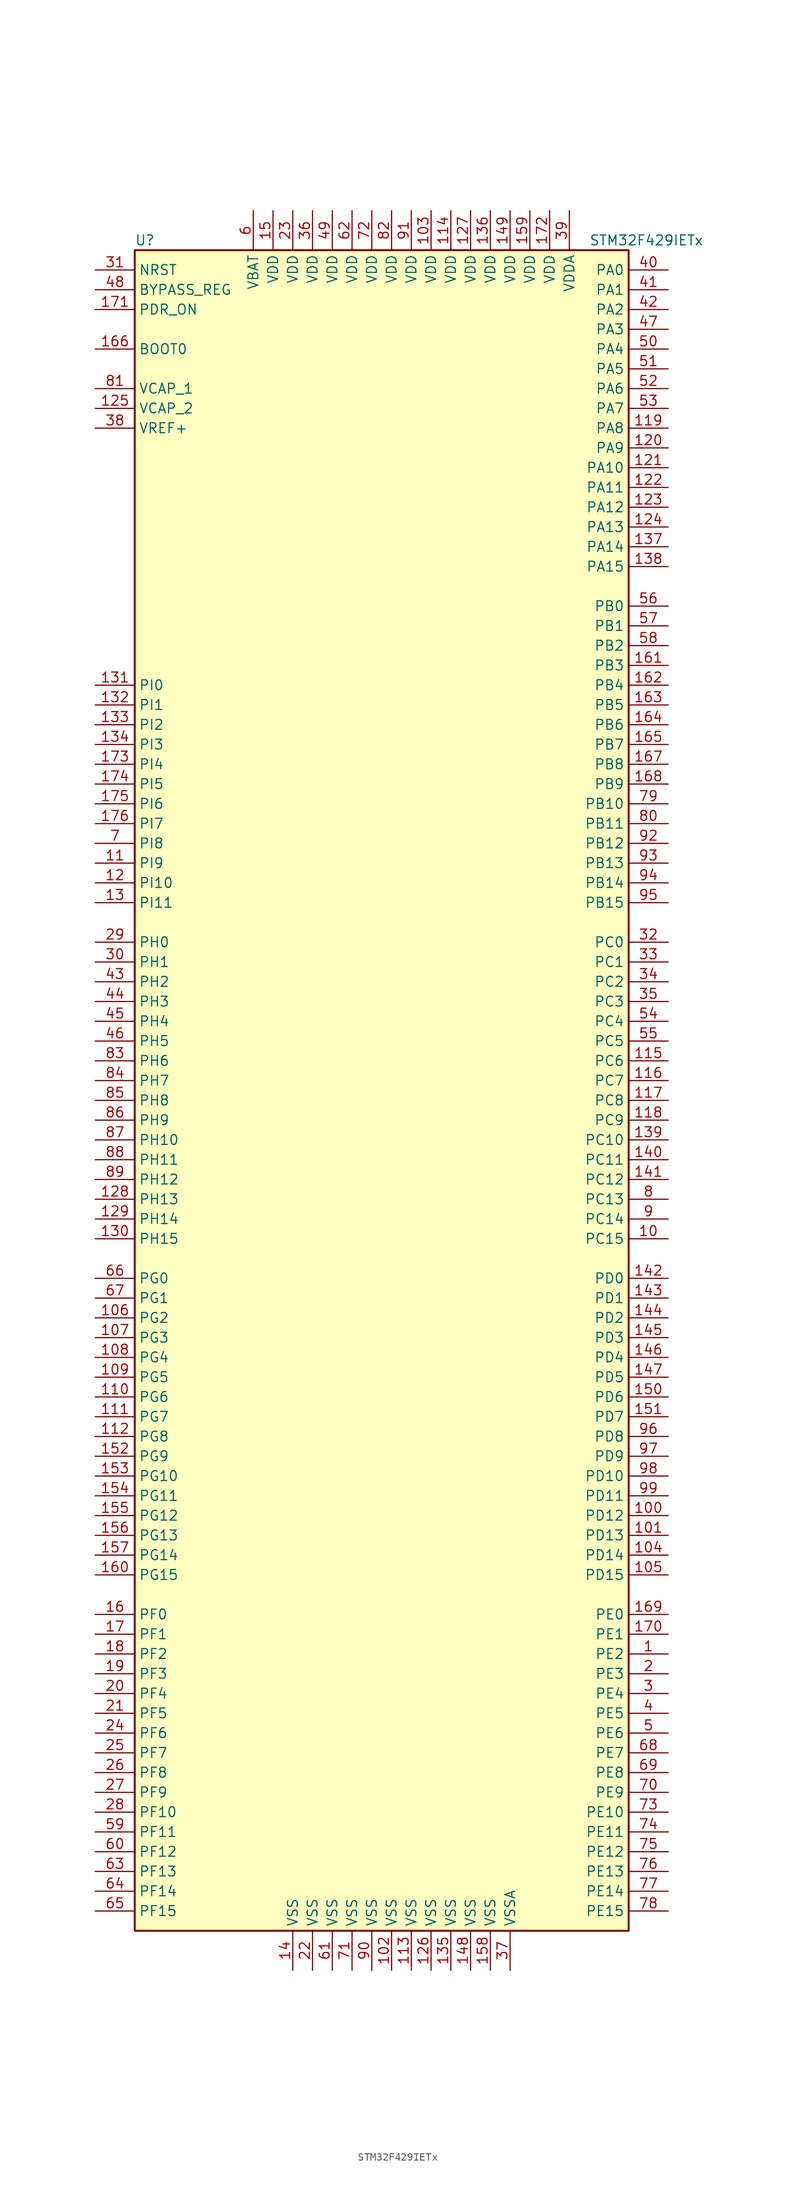
<source format=kicad_sym>
(kicad_symbol_lib
  (version 20220914)
  (generator kicad_symbol_editor)
  (symbol "STM32F429IETx"
    (property "Reference" "U"
      (at -33.02 107.95 0)
      (effects (font (size 1.27 1.27)) (justify left)))
    (property "Value" "STM32F429IETx"
      (at 25.4 107.95 0)
      (effects (font (size 1.27 1.27)) (justify left)))
    (symbol "STM32F429IETx_0_1"
      (rectangle (start -33.02 -109.22) (end 30.48 106.68) (stroke (width 0.254) (type default)) (fill (type background))))
    (symbol "STM32F429IETx_1_1"
      (pin bidirectional line (at 35.56 -73.66 180) (length 5.08) (name "PE2" (effects (font (size 1.27 1.27)))) (number "1" (effects (font (size 1.27 1.27)))))
      (pin bidirectional line (at 35.56 -20.32 180) (length 5.08) (name "PC15" (effects (font (size 1.27 1.27)))) (number "10" (effects (font (size 1.27 1.27)))))
      (pin bidirectional line (at 35.56 -55.88 180) (length 5.08) (name "PD12" (effects (font (size 1.27 1.27)))) (number "100" (effects (font (size 1.27 1.27)))))
      (pin bidirectional line (at 35.56 -58.42 180) (length 5.08) (name "PD13" (effects (font (size 1.27 1.27)))) (number "101" (effects (font (size 1.27 1.27)))))
      (pin power_in line (at 0 -114.3 90) (length 5.08) (name "VSS" (effects (font (size 1.27 1.27)))) (number "102" (effects (font (size 1.27 1.27)))))
      (pin power_in line (at 5.08 111.76 270) (length 5.08) (name "VDD" (effects (font (size 1.27 1.27)))) (number "103" (effects (font (size 1.27 1.27)))))
      (pin bidirectional line (at 35.56 -60.96 180) (length 5.08) (name "PD14" (effects (font (size 1.27 1.27)))) (number "104" (effects (font (size 1.27 1.27)))))
      (pin bidirectional line (at 35.56 -63.5 180) (length 5.08) (name "PD15" (effects (font (size 1.27 1.27)))) (number "105" (effects (font (size 1.27 1.27)))))
      (pin bidirectional line (at -38.1 -30.48 0) (length 5.08) (name "PG2" (effects (font (size 1.27 1.27)))) (number "106" (effects (font (size 1.27 1.27)))))
      (pin bidirectional line (at -38.1 -33.02 0) (length 5.08) (name "PG3" (effects (font (size 1.27 1.27)))) (number "107" (effects (font (size 1.27 1.27)))))
      (pin bidirectional line (at -38.1 -35.56 0) (length 5.08) (name "PG4" (effects (font (size 1.27 1.27)))) (number "108" (effects (font (size 1.27 1.27)))))
      (pin bidirectional line (at -38.1 -38.1 0) (length 5.08) (name "PG5" (effects (font (size 1.27 1.27)))) (number "109" (effects (font (size 1.27 1.27)))))
      (pin bidirectional line (at -38.1 27.94 0) (length 5.08) (name "PI9" (effects (font (size 1.27 1.27)))) (number "11" (effects (font (size 1.27 1.27)))))
      (pin bidirectional line (at -38.1 -40.64 0) (length 5.08) (name "PG6" (effects (font (size 1.27 1.27)))) (number "110" (effects (font (size 1.27 1.27)))))
      (pin bidirectional line (at -38.1 -43.18 0) (length 5.08) (name "PG7" (effects (font (size 1.27 1.27)))) (number "111" (effects (font (size 1.27 1.27)))))
      (pin bidirectional line (at -38.1 -45.72 0) (length 5.08) (name "PG8" (effects (font (size 1.27 1.27)))) (number "112" (effects (font (size 1.27 1.27)))))
      (pin power_in line (at 2.54 -114.3 90) (length 5.08) (name "VSS" (effects (font (size 1.27 1.27)))) (number "113" (effects (font (size 1.27 1.27)))))
      (pin power_in line (at 7.62 111.76 270) (length 5.08) (name "VDD" (effects (font (size 1.27 1.27)))) (number "114" (effects (font (size 1.27 1.27)))))
      (pin bidirectional line (at 35.56 2.54 180) (length 5.08) (name "PC6" (effects (font (size 1.27 1.27)))) (number "115" (effects (font (size 1.27 1.27)))))
      (pin bidirectional line (at 35.56 0 180) (length 5.08) (name "PC7" (effects (font (size 1.27 1.27)))) (number "116" (effects (font (size 1.27 1.27)))))
      (pin bidirectional line (at 35.56 -2.54 180) (length 5.08) (name "PC8" (effects (font (size 1.27 1.27)))) (number "117" (effects (font (size 1.27 1.27)))))
      (pin bidirectional line (at 35.56 -5.08 180) (length 5.08) (name "PC9" (effects (font (size 1.27 1.27)))) (number "118" (effects (font (size 1.27 1.27)))))
      (pin bidirectional line (at 35.56 83.82 180) (length 5.08) (name "PA8" (effects (font (size 1.27 1.27)))) (number "119" (effects (font (size 1.27 1.27)))))
      (pin bidirectional line (at -38.1 25.4 0) (length 5.08) (name "PI10" (effects (font (size 1.27 1.27)))) (number "12" (effects (font (size 1.27 1.27)))))
      (pin bidirectional line (at 35.56 81.28 180) (length 5.08) (name "PA9" (effects (font (size 1.27 1.27)))) (number "120" (effects (font (size 1.27 1.27)))))
      (pin bidirectional line (at 35.56 78.74 180) (length 5.08) (name "PA10" (effects (font (size 1.27 1.27)))) (number "121" (effects (font (size 1.27 1.27)))))
      (pin bidirectional line (at 35.56 76.2 180) (length 5.08) (name "PA11" (effects (font (size 1.27 1.27)))) (number "122" (effects (font (size 1.27 1.27)))))
      (pin bidirectional line (at 35.56 73.66 180) (length 5.08) (name "PA12" (effects (font (size 1.27 1.27)))) (number "123" (effects (font (size 1.27 1.27)))))
      (pin bidirectional line (at 35.56 71.12 180) (length 5.08) (name "PA13" (effects (font (size 1.27 1.27)))) (number "124" (effects (font (size 1.27 1.27)))))
      (pin power_in line (at -38.1 86.36 0) (length 5.08) (name "VCAP_2" (effects (font (size 1.27 1.27)))) (number "125" (effects (font (size 1.27 1.27)))))
      (pin power_in line (at 5.08 -114.3 90) (length 5.08) (name "VSS" (effects (font (size 1.27 1.27)))) (number "126" (effects (font (size 1.27 1.27)))))
      (pin power_in line (at 10.16 111.76 270) (length 5.08) (name "VDD" (effects (font (size 1.27 1.27)))) (number "127" (effects (font (size 1.27 1.27)))))
      (pin bidirectional line (at -38.1 -15.24 0) (length 5.08) (name "PH13" (effects (font (size 1.27 1.27)))) (number "128" (effects (font (size 1.27 1.27)))))
      (pin bidirectional line (at -38.1 -17.78 0) (length 5.08) (name "PH14" (effects (font (size 1.27 1.27)))) (number "129" (effects (font (size 1.27 1.27)))))
      (pin bidirectional line (at -38.1 22.86 0) (length 5.08) (name "PI11" (effects (font (size 1.27 1.27)))) (number "13" (effects (font (size 1.27 1.27)))))
      (pin bidirectional line (at -38.1 -20.32 0) (length 5.08) (name "PH15" (effects (font (size 1.27 1.27)))) (number "130" (effects (font (size 1.27 1.27)))))
      (pin bidirectional line (at -38.1 50.8 0) (length 5.08) (name "PI0" (effects (font (size 1.27 1.27)))) (number "131" (effects (font (size 1.27 1.27)))))
      (pin bidirectional line (at -38.1 48.26 0) (length 5.08) (name "PI1" (effects (font (size 1.27 1.27)))) (number "132" (effects (font (size 1.27 1.27)))))
      (pin bidirectional line (at -38.1 45.72 0) (length 5.08) (name "PI2" (effects (font (size 1.27 1.27)))) (number "133" (effects (font (size 1.27 1.27)))))
      (pin bidirectional line (at -38.1 43.18 0) (length 5.08) (name "PI3" (effects (font (size 1.27 1.27)))) (number "134" (effects (font (size 1.27 1.27)))))
      (pin power_in line (at 7.62 -114.3 90) (length 5.08) (name "VSS" (effects (font (size 1.27 1.27)))) (number "135" (effects (font (size 1.27 1.27)))))
      (pin power_in line (at 12.7 111.76 270) (length 5.08) (name "VDD" (effects (font (size 1.27 1.27)))) (number "136" (effects (font (size 1.27 1.27)))))
      (pin bidirectional line (at 35.56 68.58 180) (length 5.08) (name "PA14" (effects (font (size 1.27 1.27)))) (number "137" (effects (font (size 1.27 1.27)))))
      (pin bidirectional line (at 35.56 66.04 180) (length 5.08) (name "PA15" (effects (font (size 1.27 1.27)))) (number "138" (effects (font (size 1.27 1.27)))))
      (pin bidirectional line (at 35.56 -7.62 180) (length 5.08) (name "PC10" (effects (font (size 1.27 1.27)))) (number "139" (effects (font (size 1.27 1.27)))))
      (pin power_in line (at -12.7 -114.3 90) (length 5.08) (name "VSS" (effects (font (size 1.27 1.27)))) (number "14" (effects (font (size 1.27 1.27)))))
      (pin bidirectional line (at 35.56 -10.16 180) (length 5.08) (name "PC11" (effects (font (size 1.27 1.27)))) (number "140" (effects (font (size 1.27 1.27)))))
      (pin bidirectional line (at 35.56 -12.7 180) (length 5.08) (name "PC12" (effects (font (size 1.27 1.27)))) (number "141" (effects (font (size 1.27 1.27)))))
      (pin bidirectional line (at 35.56 -25.4 180) (length 5.08) (name "PD0" (effects (font (size 1.27 1.27)))) (number "142" (effects (font (size 1.27 1.27)))))
      (pin bidirectional line (at 35.56 -27.94 180) (length 5.08) (name "PD1" (effects (font (size 1.27 1.27)))) (number "143" (effects (font (size 1.27 1.27)))))
      (pin bidirectional line (at 35.56 -30.48 180) (length 5.08) (name "PD2" (effects (font (size 1.27 1.27)))) (number "144" (effects (font (size 1.27 1.27)))))
      (pin bidirectional line (at 35.56 -33.02 180) (length 5.08) (name "PD3" (effects (font (size 1.27 1.27)))) (number "145" (effects (font (size 1.27 1.27)))))
      (pin bidirectional line (at 35.56 -35.56 180) (length 5.08) (name "PD4" (effects (font (size 1.27 1.27)))) (number "146" (effects (font (size 1.27 1.27)))))
      (pin bidirectional line (at 35.56 -38.1 180) (length 5.08) (name "PD5" (effects (font (size 1.27 1.27)))) (number "147" (effects (font (size 1.27 1.27)))))
      (pin power_in line (at 10.16 -114.3 90) (length 5.08) (name "VSS" (effects (font (size 1.27 1.27)))) (number "148" (effects (font (size 1.27 1.27)))))
      (pin power_in line (at 15.24 111.76 270) (length 5.08) (name "VDD" (effects (font (size 1.27 1.27)))) (number "149" (effects (font (size 1.27 1.27)))))
      (pin power_in line (at -15.24 111.76 270) (length 5.08) (name "VDD" (effects (font (size 1.27 1.27)))) (number "15" (effects (font (size 1.27 1.27)))))
      (pin bidirectional line (at 35.56 -40.64 180) (length 5.08) (name "PD6" (effects (font (size 1.27 1.27)))) (number "150" (effects (font (size 1.27 1.27)))))
      (pin bidirectional line (at 35.56 -43.18 180) (length 5.08) (name "PD7" (effects (font (size 1.27 1.27)))) (number "151" (effects (font (size 1.27 1.27)))))
      (pin bidirectional line (at -38.1 -48.26 0) (length 5.08) (name "PG9" (effects (font (size 1.27 1.27)))) (number "152" (effects (font (size 1.27 1.27)))))
      (pin bidirectional line (at -38.1 -50.8 0) (length 5.08) (name "PG10" (effects (font (size 1.27 1.27)))) (number "153" (effects (font (size 1.27 1.27)))))
      (pin bidirectional line (at -38.1 -53.34 0) (length 5.08) (name "PG11" (effects (font (size 1.27 1.27)))) (number "154" (effects (font (size 1.27 1.27)))))
      (pin bidirectional line (at -38.1 -55.88 0) (length 5.08) (name "PG12" (effects (font (size 1.27 1.27)))) (number "155" (effects (font (size 1.27 1.27)))))
      (pin bidirectional line (at -38.1 -58.42 0) (length 5.08) (name "PG13" (effects (font (size 1.27 1.27)))) (number "156" (effects (font (size 1.27 1.27)))))
      (pin bidirectional line (at -38.1 -60.96 0) (length 5.08) (name "PG14" (effects (font (size 1.27 1.27)))) (number "157" (effects (font (size 1.27 1.27)))))
      (pin power_in line (at 12.7 -114.3 90) (length 5.08) (name "VSS" (effects (font (size 1.27 1.27)))) (number "158" (effects (font (size 1.27 1.27)))))
      (pin power_in line (at 17.78 111.76 270) (length 5.08) (name "VDD" (effects (font (size 1.27 1.27)))) (number "159" (effects (font (size 1.27 1.27)))))
      (pin bidirectional line (at -38.1 -68.58 0) (length 5.08) (name "PF0" (effects (font (size 1.27 1.27)))) (number "16" (effects (font (size 1.27 1.27)))))
      (pin bidirectional line (at -38.1 -63.5 0) (length 5.08) (name "PG15" (effects (font (size 1.27 1.27)))) (number "160" (effects (font (size 1.27 1.27)))))
      (pin bidirectional line (at 35.56 53.34 180) (length 5.08) (name "PB3" (effects (font (size 1.27 1.27)))) (number "161" (effects (font (size 1.27 1.27)))))
      (pin bidirectional line (at 35.56 50.8 180) (length 5.08) (name "PB4" (effects (font (size 1.27 1.27)))) (number "162" (effects (font (size 1.27 1.27)))))
      (pin bidirectional line (at 35.56 48.26 180) (length 5.08) (name "PB5" (effects (font (size 1.27 1.27)))) (number "163" (effects (font (size 1.27 1.27)))))
      (pin bidirectional line (at 35.56 45.72 180) (length 5.08) (name "PB6" (effects (font (size 1.27 1.27)))) (number "164" (effects (font (size 1.27 1.27)))))
      (pin bidirectional line (at 35.56 43.18 180) (length 5.08) (name "PB7" (effects (font (size 1.27 1.27)))) (number "165" (effects (font (size 1.27 1.27)))))
      (pin input line (at -38.1 93.98 0) (length 5.08) (name "BOOT0" (effects (font (size 1.27 1.27)))) (number "166" (effects (font (size 1.27 1.27)))))
      (pin bidirectional line (at 35.56 40.64 180) (length 5.08) (name "PB8" (effects (font (size 1.27 1.27)))) (number "167" (effects (font (size 1.27 1.27)))))
      (pin bidirectional line (at 35.56 38.1 180) (length 5.08) (name "PB9" (effects (font (size 1.27 1.27)))) (number "168" (effects (font (size 1.27 1.27)))))
      (pin bidirectional line (at 35.56 -68.58 180) (length 5.08) (name "PE0" (effects (font (size 1.27 1.27)))) (number "169" (effects (font (size 1.27 1.27)))))
      (pin bidirectional line (at -38.1 -71.12 0) (length 5.08) (name "PF1" (effects (font (size 1.27 1.27)))) (number "17" (effects (font (size 1.27 1.27)))))
      (pin bidirectional line (at 35.56 -71.12 180) (length 5.08) (name "PE1" (effects (font (size 1.27 1.27)))) (number "170" (effects (font (size 1.27 1.27)))))
      (pin input line (at -38.1 99.06 0) (length 5.08) (name "PDR_ON" (effects (font (size 1.27 1.27)))) (number "171" (effects (font (size 1.27 1.27)))))
      (pin power_in line (at 20.32 111.76 270) (length 5.08) (name "VDD" (effects (font (size 1.27 1.27)))) (number "172" (effects (font (size 1.27 1.27)))))
      (pin bidirectional line (at -38.1 40.64 0) (length 5.08) (name "PI4" (effects (font (size 1.27 1.27)))) (number "173" (effects (font (size 1.27 1.27)))))
      (pin bidirectional line (at -38.1 38.1 0) (length 5.08) (name "PI5" (effects (font (size 1.27 1.27)))) (number "174" (effects (font (size 1.27 1.27)))))
      (pin bidirectional line (at -38.1 35.56 0) (length 5.08) (name "PI6" (effects (font (size 1.27 1.27)))) (number "175" (effects (font (size 1.27 1.27)))))
      (pin bidirectional line (at -38.1 33.02 0) (length 5.08) (name "PI7" (effects (font (size 1.27 1.27)))) (number "176" (effects (font (size 1.27 1.27)))))
      (pin bidirectional line (at -38.1 -73.66 0) (length 5.08) (name "PF2" (effects (font (size 1.27 1.27)))) (number "18" (effects (font (size 1.27 1.27)))))
      (pin bidirectional line (at -38.1 -76.2 0) (length 5.08) (name "PF3" (effects (font (size 1.27 1.27)))) (number "19" (effects (font (size 1.27 1.27)))))
      (pin bidirectional line (at 35.56 -76.2 180) (length 5.08) (name "PE3" (effects (font (size 1.27 1.27)))) (number "2" (effects (font (size 1.27 1.27)))))
      (pin bidirectional line (at -38.1 -78.74 0) (length 5.08) (name "PF4" (effects (font (size 1.27 1.27)))) (number "20" (effects (font (size 1.27 1.27)))))
      (pin bidirectional line (at -38.1 -81.28 0) (length 5.08) (name "PF5" (effects (font (size 1.27 1.27)))) (number "21" (effects (font (size 1.27 1.27)))))
      (pin power_in line (at -10.16 -114.3 90) (length 5.08) (name "VSS" (effects (font (size 1.27 1.27)))) (number "22" (effects (font (size 1.27 1.27)))))
      (pin power_in line (at -12.7 111.76 270) (length 5.08) (name "VDD" (effects (font (size 1.27 1.27)))) (number "23" (effects (font (size 1.27 1.27)))))
      (pin bidirectional line (at -38.1 -83.82 0) (length 5.08) (name "PF6" (effects (font (size 1.27 1.27)))) (number "24" (effects (font (size 1.27 1.27)))))
      (pin bidirectional line (at -38.1 -86.36 0) (length 5.08) (name "PF7" (effects (font (size 1.27 1.27)))) (number "25" (effects (font (size 1.27 1.27)))))
      (pin bidirectional line (at -38.1 -88.9 0) (length 5.08) (name "PF8" (effects (font (size 1.27 1.27)))) (number "26" (effects (font (size 1.27 1.27)))))
      (pin bidirectional line (at -38.1 -91.44 0) (length 5.08) (name "PF9" (effects (font (size 1.27 1.27)))) (number "27" (effects (font (size 1.27 1.27)))))
      (pin bidirectional line (at -38.1 -93.98 0) (length 5.08) (name "PF10" (effects (font (size 1.27 1.27)))) (number "28" (effects (font (size 1.27 1.27)))))
      (pin input line (at -38.1 17.78 0) (length 5.08) (name "PH0" (effects (font (size 1.27 1.27)))) (number "29" (effects (font (size 1.27 1.27)))))
      (pin bidirectional line (at 35.56 -78.74 180) (length 5.08) (name "PE4" (effects (font (size 1.27 1.27)))) (number "3" (effects (font (size 1.27 1.27)))))
      (pin input line (at -38.1 15.24 0) (length 5.08) (name "PH1" (effects (font (size 1.27 1.27)))) (number "30" (effects (font (size 1.27 1.27)))))
      (pin input line (at -38.1 104.14 0) (length 5.08) (name "NRST" (effects (font (size 1.27 1.27)))) (number "31" (effects (font (size 1.27 1.27)))))
      (pin bidirectional line (at 35.56 17.78 180) (length 5.08) (name "PC0" (effects (font (size 1.27 1.27)))) (number "32" (effects (font (size 1.27 1.27)))))
      (pin bidirectional line (at 35.56 15.24 180) (length 5.08) (name "PC1" (effects (font (size 1.27 1.27)))) (number "33" (effects (font (size 1.27 1.27)))))
      (pin bidirectional line (at 35.56 12.7 180) (length 5.08) (name "PC2" (effects (font (size 1.27 1.27)))) (number "34" (effects (font (size 1.27 1.27)))))
      (pin bidirectional line (at 35.56 10.16 180) (length 5.08) (name "PC3" (effects (font (size 1.27 1.27)))) (number "35" (effects (font (size 1.27 1.27)))))
      (pin power_in line (at -10.16 111.76 270) (length 5.08) (name "VDD" (effects (font (size 1.27 1.27)))) (number "36" (effects (font (size 1.27 1.27)))))
      (pin power_in line (at 15.24 -114.3 90) (length 5.08) (name "VSSA" (effects (font (size 1.27 1.27)))) (number "37" (effects (font (size 1.27 1.27)))))
      (pin power_in line (at -38.1 83.82 0) (length 5.08) (name "VREF+" (effects (font (size 1.27 1.27)))) (number "38" (effects (font (size 1.27 1.27)))))
      (pin power_in line (at 22.86 111.76 270) (length 5.08) (name "VDDA" (effects (font (size 1.27 1.27)))) (number "39" (effects (font (size 1.27 1.27)))))
      (pin bidirectional line (at 35.56 -81.28 180) (length 5.08) (name "PE5" (effects (font (size 1.27 1.27)))) (number "4" (effects (font (size 1.27 1.27)))))
      (pin bidirectional line (at 35.56 104.14 180) (length 5.08) (name "PA0" (effects (font (size 1.27 1.27)))) (number "40" (effects (font (size 1.27 1.27)))))
      (pin bidirectional line (at 35.56 101.6 180) (length 5.08) (name "PA1" (effects (font (size 1.27 1.27)))) (number "41" (effects (font (size 1.27 1.27)))))
      (pin bidirectional line (at 35.56 99.06 180) (length 5.08) (name "PA2" (effects (font (size 1.27 1.27)))) (number "42" (effects (font (size 1.27 1.27)))))
      (pin bidirectional line (at -38.1 12.7 0) (length 5.08) (name "PH2" (effects (font (size 1.27 1.27)))) (number "43" (effects (font (size 1.27 1.27)))))
      (pin bidirectional line (at -38.1 10.16 0) (length 5.08) (name "PH3" (effects (font (size 1.27 1.27)))) (number "44" (effects (font (size 1.27 1.27)))))
      (pin bidirectional line (at -38.1 7.62 0) (length 5.08) (name "PH4" (effects (font (size 1.27 1.27)))) (number "45" (effects (font (size 1.27 1.27)))))
      (pin bidirectional line (at -38.1 5.08 0) (length 5.08) (name "PH5" (effects (font (size 1.27 1.27)))) (number "46" (effects (font (size 1.27 1.27)))))
      (pin bidirectional line (at 35.56 96.52 180) (length 5.08) (name "PA3" (effects (font (size 1.27 1.27)))) (number "47" (effects (font (size 1.27 1.27)))))
      (pin input line (at -38.1 101.6 0) (length 5.08) (name "BYPASS_REG" (effects (font (size 1.27 1.27)))) (number "48" (effects (font (size 1.27 1.27)))))
      (pin power_in line (at -7.62 111.76 270) (length 5.08) (name "VDD" (effects (font (size 1.27 1.27)))) (number "49" (effects (font (size 1.27 1.27)))))
      (pin bidirectional line (at 35.56 -83.82 180) (length 5.08) (name "PE6" (effects (font (size 1.27 1.27)))) (number "5" (effects (font (size 1.27 1.27)))))
      (pin bidirectional line (at 35.56 93.98 180) (length 5.08) (name "PA4" (effects (font (size 1.27 1.27)))) (number "50" (effects (font (size 1.27 1.27)))))
      (pin bidirectional line (at 35.56 91.44 180) (length 5.08) (name "PA5" (effects (font (size 1.27 1.27)))) (number "51" (effects (font (size 1.27 1.27)))))
      (pin bidirectional line (at 35.56 88.9 180) (length 5.08) (name "PA6" (effects (font (size 1.27 1.27)))) (number "52" (effects (font (size 1.27 1.27)))))
      (pin bidirectional line (at 35.56 86.36 180) (length 5.08) (name "PA7" (effects (font (size 1.27 1.27)))) (number "53" (effects (font (size 1.27 1.27)))))
      (pin bidirectional line (at 35.56 7.62 180) (length 5.08) (name "PC4" (effects (font (size 1.27 1.27)))) (number "54" (effects (font (size 1.27 1.27)))))
      (pin bidirectional line (at 35.56 5.08 180) (length 5.08) (name "PC5" (effects (font (size 1.27 1.27)))) (number "55" (effects (font (size 1.27 1.27)))))
      (pin bidirectional line (at 35.56 60.96 180) (length 5.08) (name "PB0" (effects (font (size 1.27 1.27)))) (number "56" (effects (font (size 1.27 1.27)))))
      (pin bidirectional line (at 35.56 58.42 180) (length 5.08) (name "PB1" (effects (font (size 1.27 1.27)))) (number "57" (effects (font (size 1.27 1.27)))))
      (pin bidirectional line (at 35.56 55.88 180) (length 5.08) (name "PB2" (effects (font (size 1.27 1.27)))) (number "58" (effects (font (size 1.27 1.27)))))
      (pin bidirectional line (at -38.1 -96.52 0) (length 5.08) (name "PF11" (effects (font (size 1.27 1.27)))) (number "59" (effects (font (size 1.27 1.27)))))
      (pin power_in line (at -17.78 111.76 270) (length 5.08) (name "VBAT" (effects (font (size 1.27 1.27)))) (number "6" (effects (font (size 1.27 1.27)))))
      (pin bidirectional line (at -38.1 -99.06 0) (length 5.08) (name "PF12" (effects (font (size 1.27 1.27)))) (number "60" (effects (font (size 1.27 1.27)))))
      (pin power_in line (at -7.62 -114.3 90) (length 5.08) (name "VSS" (effects (font (size 1.27 1.27)))) (number "61" (effects (font (size 1.27 1.27)))))
      (pin power_in line (at -5.08 111.76 270) (length 5.08) (name "VDD" (effects (font (size 1.27 1.27)))) (number "62" (effects (font (size 1.27 1.27)))))
      (pin bidirectional line (at -38.1 -101.6 0) (length 5.08) (name "PF13" (effects (font (size 1.27 1.27)))) (number "63" (effects (font (size 1.27 1.27)))))
      (pin bidirectional line (at -38.1 -104.14 0) (length 5.08) (name "PF14" (effects (font (size 1.27 1.27)))) (number "64" (effects (font (size 1.27 1.27)))))
      (pin bidirectional line (at -38.1 -106.68 0) (length 5.08) (name "PF15" (effects (font (size 1.27 1.27)))) (number "65" (effects (font (size 1.27 1.27)))))
      (pin bidirectional line (at -38.1 -25.4 0) (length 5.08) (name "PG0" (effects (font (size 1.27 1.27)))) (number "66" (effects (font (size 1.27 1.27)))))
      (pin bidirectional line (at -38.1 -27.94 0) (length 5.08) (name "PG1" (effects (font (size 1.27 1.27)))) (number "67" (effects (font (size 1.27 1.27)))))
      (pin bidirectional line (at 35.56 -86.36 180) (length 5.08) (name "PE7" (effects (font (size 1.27 1.27)))) (number "68" (effects (font (size 1.27 1.27)))))
      (pin bidirectional line (at 35.56 -88.9 180) (length 5.08) (name "PE8" (effects (font (size 1.27 1.27)))) (number "69" (effects (font (size 1.27 1.27)))))
      (pin bidirectional line (at -38.1 30.48 0) (length 5.08) (name "PI8" (effects (font (size 1.27 1.27)))) (number "7" (effects (font (size 1.27 1.27)))))
      (pin bidirectional line (at 35.56 -91.44 180) (length 5.08) (name "PE9" (effects (font (size 1.27 1.27)))) (number "70" (effects (font (size 1.27 1.27)))))
      (pin power_in line (at -5.08 -114.3 90) (length 5.08) (name "VSS" (effects (font (size 1.27 1.27)))) (number "71" (effects (font (size 1.27 1.27)))))
      (pin power_in line (at -2.54 111.76 270) (length 5.08) (name "VDD" (effects (font (size 1.27 1.27)))) (number "72" (effects (font (size 1.27 1.27)))))
      (pin bidirectional line (at 35.56 -93.98 180) (length 5.08) (name "PE10" (effects (font (size 1.27 1.27)))) (number "73" (effects (font (size 1.27 1.27)))))
      (pin bidirectional line (at 35.56 -96.52 180) (length 5.08) (name "PE11" (effects (font (size 1.27 1.27)))) (number "74" (effects (font (size 1.27 1.27)))))
      (pin bidirectional line (at 35.56 -99.06 180) (length 5.08) (name "PE12" (effects (font (size 1.27 1.27)))) (number "75" (effects (font (size 1.27 1.27)))))
      (pin bidirectional line (at 35.56 -101.6 180) (length 5.08) (name "PE13" (effects (font (size 1.27 1.27)))) (number "76" (effects (font (size 1.27 1.27)))))
      (pin bidirectional line (at 35.56 -104.14 180) (length 5.08) (name "PE14" (effects (font (size 1.27 1.27)))) (number "77" (effects (font (size 1.27 1.27)))))
      (pin bidirectional line (at 35.56 -106.68 180) (length 5.08) (name "PE15" (effects (font (size 1.27 1.27)))) (number "78" (effects (font (size 1.27 1.27)))))
      (pin bidirectional line (at 35.56 35.56 180) (length 5.08) (name "PB10" (effects (font (size 1.27 1.27)))) (number "79" (effects (font (size 1.27 1.27)))))
      (pin bidirectional line (at 35.56 -15.24 180) (length 5.08) (name "PC13" (effects (font (size 1.27 1.27)))) (number "8" (effects (font (size 1.27 1.27)))))
      (pin bidirectional line (at 35.56 33.02 180) (length 5.08) (name "PB11" (effects (font (size 1.27 1.27)))) (number "80" (effects (font (size 1.27 1.27)))))
      (pin power_in line (at -38.1 88.9 0) (length 5.08) (name "VCAP_1" (effects (font (size 1.27 1.27)))) (number "81" (effects (font (size 1.27 1.27)))))
      (pin power_in line (at 0 111.76 270) (length 5.08) (name "VDD" (effects (font (size 1.27 1.27)))) (number "82" (effects (font (size 1.27 1.27)))))
      (pin bidirectional line (at -38.1 2.54 0) (length 5.08) (name "PH6" (effects (font (size 1.27 1.27)))) (number "83" (effects (font (size 1.27 1.27)))))
      (pin bidirectional line (at -38.1 0 0) (length 5.08) (name "PH7" (effects (font (size 1.27 1.27)))) (number "84" (effects (font (size 1.27 1.27)))))
      (pin bidirectional line (at -38.1 -2.54 0) (length 5.08) (name "PH8" (effects (font (size 1.27 1.27)))) (number "85" (effects (font (size 1.27 1.27)))))
      (pin bidirectional line (at -38.1 -5.08 0) (length 5.08) (name "PH9" (effects (font (size 1.27 1.27)))) (number "86" (effects (font (size 1.27 1.27)))))
      (pin bidirectional line (at -38.1 -7.62 0) (length 5.08) (name "PH10" (effects (font (size 1.27 1.27)))) (number "87" (effects (font (size 1.27 1.27)))))
      (pin bidirectional line (at -38.1 -10.16 0) (length 5.08) (name "PH11" (effects (font (size 1.27 1.27)))) (number "88" (effects (font (size 1.27 1.27)))))
      (pin bidirectional line (at -38.1 -12.7 0) (length 5.08) (name "PH12" (effects (font (size 1.27 1.27)))) (number "89" (effects (font (size 1.27 1.27)))))
      (pin bidirectional line (at 35.56 -17.78 180) (length 5.08) (name "PC14" (effects (font (size 1.27 1.27)))) (number "9" (effects (font (size 1.27 1.27)))))
      (pin power_in line (at -2.54 -114.3 90) (length 5.08) (name "VSS" (effects (font (size 1.27 1.27)))) (number "90" (effects (font (size 1.27 1.27)))))
      (pin power_in line (at 2.54 111.76 270) (length 5.08) (name "VDD" (effects (font (size 1.27 1.27)))) (number "91" (effects (font (size 1.27 1.27)))))
      (pin bidirectional line (at 35.56 30.48 180) (length 5.08) (name "PB12" (effects (font (size 1.27 1.27)))) (number "92" (effects (font (size 1.27 1.27)))))
      (pin bidirectional line (at 35.56 27.94 180) (length 5.08) (name "PB13" (effects (font (size 1.27 1.27)))) (number "93" (effects (font (size 1.27 1.27)))))
      (pin bidirectional line (at 35.56 25.4 180) (length 5.08) (name "PB14" (effects (font (size 1.27 1.27)))) (number "94" (effects (font (size 1.27 1.27)))))
      (pin bidirectional line (at 35.56 22.86 180) (length 5.08) (name "PB15" (effects (font (size 1.27 1.27)))) (number "95" (effects (font (size 1.27 1.27)))))
      (pin bidirectional line (at 35.56 -45.72 180) (length 5.08) (name "PD8" (effects (font (size 1.27 1.27)))) (number "96" (effects (font (size 1.27 1.27)))))
      (pin bidirectional line (at 35.56 -48.26 180) (length 5.08) (name "PD9" (effects (font (size 1.27 1.27)))) (number "97" (effects (font (size 1.27 1.27)))))
      (pin bidirectional line (at 35.56 -50.8 180) (length 5.08) (name "PD10" (effects (font (size 1.27 1.27)))) (number "98" (effects (font (size 1.27 1.27)))))
      (pin bidirectional line (at 35.56 -53.34 180) (length 5.08) (name "PD11" (effects (font (size 1.27 1.27)))) (number "99" (effects (font (size 1.27 1.27))))))))
</source>
